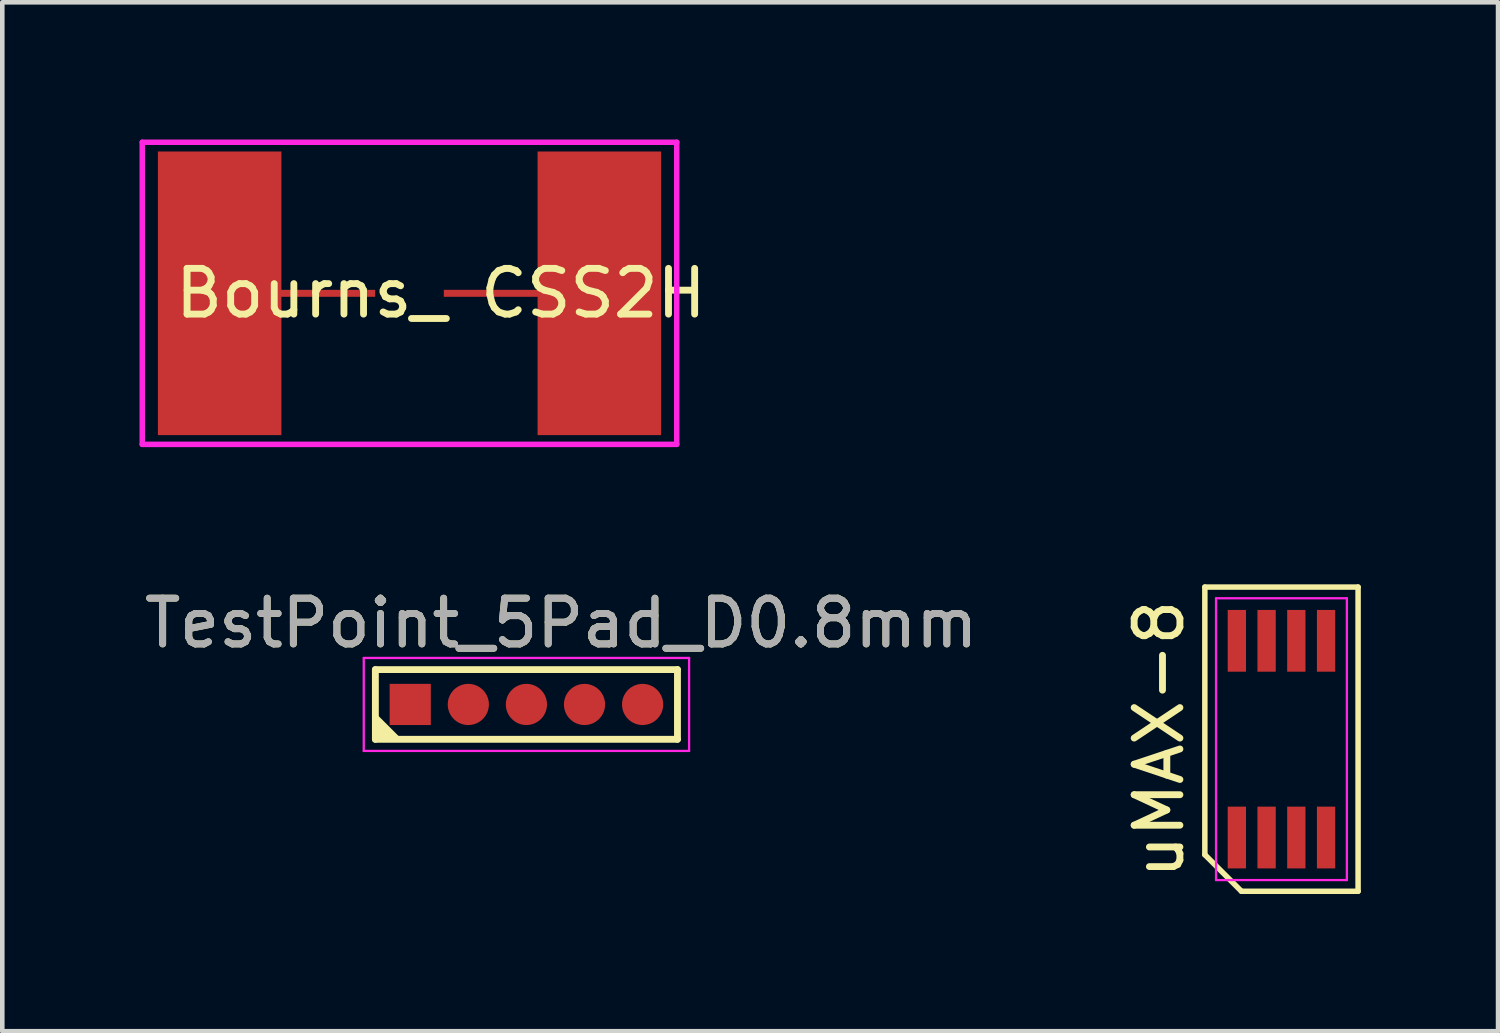
<source format=kicad_pcb>
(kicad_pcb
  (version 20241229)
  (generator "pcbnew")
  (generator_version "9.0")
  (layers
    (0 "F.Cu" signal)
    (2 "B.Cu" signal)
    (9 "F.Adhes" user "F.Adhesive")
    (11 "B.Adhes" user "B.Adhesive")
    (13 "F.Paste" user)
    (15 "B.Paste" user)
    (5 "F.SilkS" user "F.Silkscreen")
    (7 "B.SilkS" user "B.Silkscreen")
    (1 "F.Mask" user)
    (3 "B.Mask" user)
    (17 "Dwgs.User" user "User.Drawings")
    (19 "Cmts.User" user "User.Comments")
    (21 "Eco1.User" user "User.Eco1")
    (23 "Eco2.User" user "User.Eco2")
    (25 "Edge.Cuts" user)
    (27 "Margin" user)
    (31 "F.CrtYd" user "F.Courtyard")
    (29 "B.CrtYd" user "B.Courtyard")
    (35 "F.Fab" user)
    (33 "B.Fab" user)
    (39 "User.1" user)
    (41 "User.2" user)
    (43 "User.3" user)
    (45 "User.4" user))
  (footprint "uMAX-8"
    (layer "F.Cu")
    (at 24.964 13.109)
    (property "Reference" "uMAX-8" (at -2.675 0 90) (layer "F.SilkS") (effects (font (size 1 1) (thickness 0.15))))
    (attr smd)
    (fp_line (start -1.675 -3.325) (end 1.675 -3.325) (stroke (width 0.12) (type solid)) (layer "F.SilkS"))
    (fp_line (start -1.675 2.525) (end -1.675 -3.325) (stroke (width 0.12) (type solid)) (layer "F.SilkS"))
    (fp_line (start -0.875 3.325) (end -1.675 2.525) (stroke (width 0.12) (type solid)) (layer "F.SilkS"))
    (fp_line (start 1.675 -3.325) (end 1.675 3.325) (stroke (width 0.12) (type solid)) (layer "F.SilkS"))
    (fp_line (start 1.675 3.325) (end -0.875 3.325) (stroke (width 0.12) (type solid)) (layer "F.SilkS"))
    (fp_line (start -1.43 -3.08) (end 1.43 -3.08) (stroke (width 0.05) (type solid)) (layer "F.CrtYd"))
    (fp_line (start -1.43 3.08) (end -1.43 -3.08) (stroke (width 0.05) (type solid)) (layer "F.CrtYd"))
    (fp_line (start 1.43 -3.08) (end 1.43 3.08) (stroke (width 0.05) (type solid)) (layer "F.CrtYd"))
    (fp_line (start 1.43 3.08) (end -1.43 3.08) (stroke (width 0.05) (type solid)) (layer "F.CrtYd"))
    (pad "1" smd rect (at -0.975 2.15) (size 0.4 1.35) (layers "F.Cu" "F.Mask" "F.Paste"))
    (pad "2" smd rect (at -0.325 2.15) (size 0.4 1.35) (layers "F.Cu" "F.Mask" "F.Paste"))
    (pad "3" smd rect (at 0.325 2.15) (size 0.4 1.35) (layers "F.Cu" "F.Mask" "F.Paste"))
    (pad "4" smd rect (at 0.975 2.15) (size 0.4 1.35) (layers "F.Cu" "F.Mask" "F.Paste"))
    (pad "5" smd rect (at 0.975 -2.15) (size 0.4 1.35) (layers "F.Cu" "F.Mask" "F.Paste"))
    (pad "6" smd rect (at 0.325 -2.15) (size 0.4 1.35) (layers "F.Cu" "F.Mask" "F.Paste"))
    (pad "7" smd rect (at -0.325 -2.15) (size 0.4 1.35) (layers "F.Cu" "F.Mask" "F.Paste"))
    (pad "8" smd rect (at -0.975 -2.15) (size 0.4 1.35) (layers "F.Cu" "F.Mask" "F.Paste")))
  (footprint "TestPoint_5Pad_D0.8mm"
    (layer "F.Cu")
    (at 5.918 12.35)
    (property "Reference" "TestPoint_5Pad_D0.8mm" (at 3.302 -1.778 0) (layer "F.SilkS") (effects (font (size 1 1) (thickness 0.15))))
    (attr exclude_from_pos_files exclude_from_bom)
    (fp_line (start -0.762 -0.762) (end 5.842 -0.762) (stroke (width 0.15) (type solid)) (layer "F.SilkS"))
    (fp_line (start -0.762 0.762) (end -0.762 -0.762) (stroke (width 0.15) (type solid)) (layer "F.SilkS"))
    (fp_line (start 5.842 -0.762) (end 5.842 0.762) (stroke (width 0.15) (type solid)) (layer "F.SilkS"))
    (fp_line (start 5.842 0.762) (end -0.762 0.762) (stroke (width 0.15) (type solid)) (layer "F.SilkS"))
    (fp_poly (pts (xy -0.254 0.762) (xy -0.762 0.762) (xy -0.762 0.254)) (stroke (width 0.1) (type solid)) (fill yes) (layer "F.SilkS"))
    (fp_line (start -1.016 -1.016) (end 6.096 -1.016) (stroke (width 0.05) (type solid)) (layer "F.CrtYd"))
    (fp_line (start -1.016 1.016) (end -1.016 -1.016) (stroke (width 0.05) (type solid)) (layer "F.CrtYd"))
    (fp_line (start 6.096 -1.016) (end 6.096 1.016) (stroke (width 0.05) (type solid)) (layer "F.CrtYd"))
    (fp_line (start 6.096 1.016) (end -1.016 1.016) (stroke (width 0.05) (type solid)) (layer "F.CrtYd"))
    (fp_text user "${REFERENCE}" (at 3.302 -1.778 0) (layer "F.Fab") (effects (font (size 1 1) (thickness 0.15))))
    (pad "1" smd rect (at 0 0) (size 0.9 0.9) (layers "F.Cu" "F.Mask"))
    (pad "2" smd circle (at 1.27 0) (size 0.9 0.9) (layers "F.Cu" "F.Mask"))
    (pad "3" smd circle (at 2.54 0) (size 0.9 0.9) (layers "F.Cu" "F.Mask"))
    (pad "4" smd circle (at 3.81 0) (size 0.9 0.9) (layers "F.Cu" "F.Mask"))
    (pad "5" smd circle (at 5.08 0) (size 0.9 0.9) (layers "F.Cu" "F.Mask")))
  (footprint "Bourns_ CSS2H"
    (layer "F.Cu")
    (at 5.902 3.362)
    (property "Reference" "Bourns_ CSS2H" (at 0.686 0 0) (layer "F.SilkS") (effects (font (size 1 1) (thickness 0.15))))
    (attr through_hole)
    (fp_line (start -5.842 -3.302) (end 5.842 -3.302) (stroke (width 0.12) (type solid)) (layer "F.CrtYd"))
    (fp_line (start -5.842 3.302) (end -5.842 -3.302) (stroke (width 0.12) (type solid)) (layer "F.CrtYd"))
    (fp_line (start 5.842 -3.302) (end 5.842 3.302) (stroke (width 0.12) (type solid)) (layer "F.CrtYd"))
    (fp_line (start 5.842 3.302) (end -5.842 3.302) (stroke (width 0.12) (type solid)) (layer "F.CrtYd"))
    (pad "1" smd rect (at 4.15 0) (size 2.7 6.2) (layers "F.Cu" "F.Mask" "F.Paste"))
    (pad "2" smd rect (at 2 0) (size 2.5 0.152) (layers "F.Cu" "F.Mask" "F.Paste"))
    (pad "3" smd rect (at -2 0) (size 2.5 0.152) (layers "F.Cu" "F.Mask" "F.Paste"))
    (pad "4" smd rect (at -4.15 0) (size 2.7 6.2) (layers "F.Cu" "F.Mask" "F.Paste")))
  (gr_rect
    (start -3 -3)
    (end 29.699 19.494)
    (stroke (width 0.1) (type default))
    (fill no)
    (layer "Edge.Cuts")))
</source>
